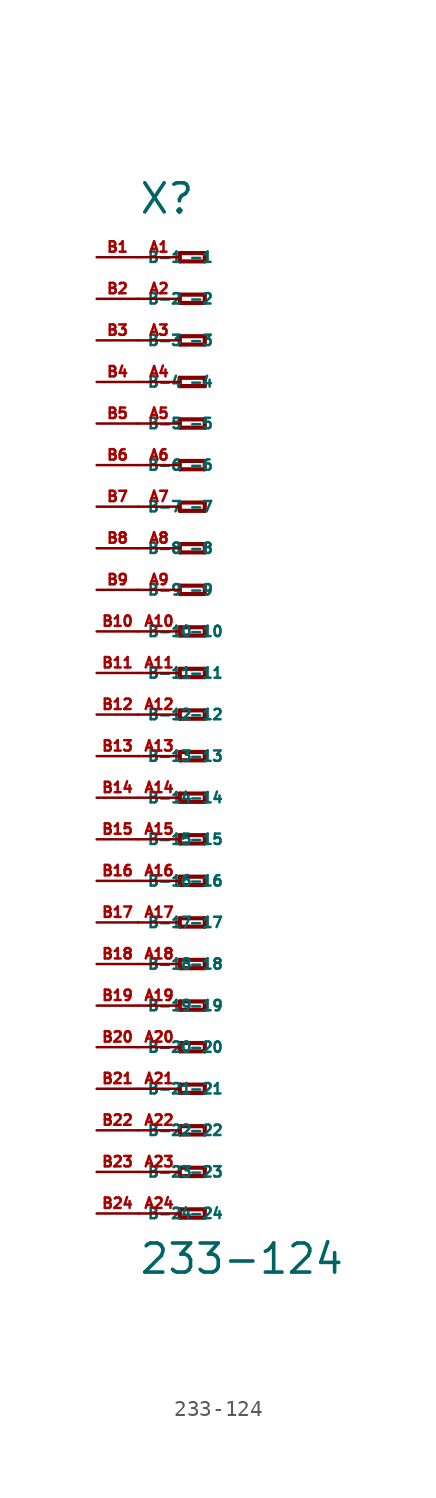
<source format=kicad_sym>
(kicad_symbol_lib
  (version 20220914)
  (generator Eagle2Kicad)
  (symbol "233-124"
    (property "Reference" "X"
      (at -5.08 30.48 0)
      (effects (font (size 1.778 1.778) (thickness 0.22)) (justify left bottom)))
    (property "Value" "233-124"
      (at -5.08 -34.29 0)
      (effects (font (size 1.778 1.778) (thickness 0.22)) (justify left bottom)))
    (polyline
      (pts (xy -2.54 28.194) (xy -2.54 27.686))
      (stroke (width 0.254) (type default))
      (fill (type none)))
    (polyline
      (pts (xy -2.54 27.686) (xy -1.016 27.686))
      (stroke (width 0.254) (type default))
      (fill (type none)))
    (polyline
      (pts (xy -1.016 27.686) (xy -1.016 28.194))
      (stroke (width 0.254) (type default))
      (fill (type none)))
    (polyline
      (pts (xy -1.016 28.194) (xy -2.54 28.194))
      (stroke (width 0.254) (type default))
      (fill (type none)))
    (polyline
      (pts (xy -2.54 25.654) (xy -2.54 25.146))
      (stroke (width 0.254) (type default))
      (fill (type none)))
    (polyline
      (pts (xy -2.54 25.146) (xy -1.016 25.146))
      (stroke (width 0.254) (type default))
      (fill (type none)))
    (polyline
      (pts (xy -1.016 25.146) (xy -1.016 25.654))
      (stroke (width 0.254) (type default))
      (fill (type none)))
    (polyline
      (pts (xy -1.016 25.654) (xy -2.54 25.654))
      (stroke (width 0.254) (type default))
      (fill (type none)))
    (polyline
      (pts (xy -2.54 23.114) (xy -2.54 22.606))
      (stroke (width 0.254) (type default))
      (fill (type none)))
    (polyline
      (pts (xy -2.54 22.606) (xy -1.016 22.606))
      (stroke (width 0.254) (type default))
      (fill (type none)))
    (polyline
      (pts (xy -1.016 22.606) (xy -1.016 23.114))
      (stroke (width 0.254) (type default))
      (fill (type none)))
    (polyline
      (pts (xy -1.016 23.114) (xy -2.54 23.114))
      (stroke (width 0.254) (type default))
      (fill (type none)))
    (polyline
      (pts (xy -2.54 20.574) (xy -2.54 20.066))
      (stroke (width 0.254) (type default))
      (fill (type none)))
    (polyline
      (pts (xy -2.54 20.066) (xy -1.016 20.066))
      (stroke (width 0.254) (type default))
      (fill (type none)))
    (polyline
      (pts (xy -1.016 20.066) (xy -1.016 20.574))
      (stroke (width 0.254) (type default))
      (fill (type none)))
    (polyline
      (pts (xy -1.016 20.574) (xy -2.54 20.574))
      (stroke (width 0.254) (type default))
      (fill (type none)))
    (polyline
      (pts (xy -2.54 18.034) (xy -2.54 17.526))
      (stroke (width 0.254) (type default))
      (fill (type none)))
    (polyline
      (pts (xy -2.54 17.526) (xy -1.016 17.526))
      (stroke (width 0.254) (type default))
      (fill (type none)))
    (polyline
      (pts (xy -1.016 17.526) (xy -1.016 18.034))
      (stroke (width 0.254) (type default))
      (fill (type none)))
    (polyline
      (pts (xy -1.016 18.034) (xy -2.54 18.034))
      (stroke (width 0.254) (type default))
      (fill (type none)))
    (polyline
      (pts (xy -2.54 15.494) (xy -2.54 14.986))
      (stroke (width 0.254) (type default))
      (fill (type none)))
    (polyline
      (pts (xy -2.54 14.986) (xy -1.016 14.986))
      (stroke (width 0.254) (type default))
      (fill (type none)))
    (polyline
      (pts (xy -1.016 14.986) (xy -1.016 15.494))
      (stroke (width 0.254) (type default))
      (fill (type none)))
    (polyline
      (pts (xy -1.016 15.494) (xy -2.54 15.494))
      (stroke (width 0.254) (type default))
      (fill (type none)))
    (polyline
      (pts (xy -2.54 12.954) (xy -2.54 12.446))
      (stroke (width 0.254) (type default))
      (fill (type none)))
    (polyline
      (pts (xy -2.54 12.446) (xy -1.016 12.446))
      (stroke (width 0.254) (type default))
      (fill (type none)))
    (polyline
      (pts (xy -1.016 12.446) (xy -1.016 12.954))
      (stroke (width 0.254) (type default))
      (fill (type none)))
    (polyline
      (pts (xy -1.016 12.954) (xy -2.54 12.954))
      (stroke (width 0.254) (type default))
      (fill (type none)))
    (polyline
      (pts (xy -2.54 10.414) (xy -2.54 9.906))
      (stroke (width 0.254) (type default))
      (fill (type none)))
    (polyline
      (pts (xy -2.54 9.906) (xy -1.016 9.906))
      (stroke (width 0.254) (type default))
      (fill (type none)))
    (polyline
      (pts (xy -1.016 9.906) (xy -1.016 10.414))
      (stroke (width 0.254) (type default))
      (fill (type none)))
    (polyline
      (pts (xy -1.016 10.414) (xy -2.54 10.414))
      (stroke (width 0.254) (type default))
      (fill (type none)))
    (polyline
      (pts (xy -2.54 7.874) (xy -2.54 7.366))
      (stroke (width 0.254) (type default))
      (fill (type none)))
    (polyline
      (pts (xy -2.54 7.366) (xy -1.016 7.366))
      (stroke (width 0.254) (type default))
      (fill (type none)))
    (polyline
      (pts (xy -1.016 7.366) (xy -1.016 7.874))
      (stroke (width 0.254) (type default))
      (fill (type none)))
    (polyline
      (pts (xy -1.016 7.874) (xy -2.54 7.874))
      (stroke (width 0.254) (type default))
      (fill (type none)))
    (polyline
      (pts (xy -2.54 5.334) (xy -2.54 4.826))
      (stroke (width 0.254) (type default))
      (fill (type none)))
    (polyline
      (pts (xy -2.54 4.826) (xy -1.016 4.826))
      (stroke (width 0.254) (type default))
      (fill (type none)))
    (polyline
      (pts (xy -1.016 4.826) (xy -1.016 5.334))
      (stroke (width 0.254) (type default))
      (fill (type none)))
    (polyline
      (pts (xy -1.016 5.334) (xy -2.54 5.334))
      (stroke (width 0.254) (type default))
      (fill (type none)))
    (polyline
      (pts (xy -2.54 2.794) (xy -2.54 2.286))
      (stroke (width 0.254) (type default))
      (fill (type none)))
    (polyline
      (pts (xy -2.54 2.286) (xy -1.016 2.286))
      (stroke (width 0.254) (type default))
      (fill (type none)))
    (polyline
      (pts (xy -1.016 2.286) (xy -1.016 2.794))
      (stroke (width 0.254) (type default))
      (fill (type none)))
    (polyline
      (pts (xy -1.016 2.794) (xy -2.54 2.794))
      (stroke (width 0.254) (type default))
      (fill (type none)))
    (polyline
      (pts (xy -2.54 0.254) (xy -2.54 -0.254))
      (stroke (width 0.254) (type default))
      (fill (type none)))
    (polyline
      (pts (xy -2.54 -0.254) (xy -1.016 -0.254))
      (stroke (width 0.254) (type default))
      (fill (type none)))
    (polyline
      (pts (xy -1.016 -0.254) (xy -1.016 0.254))
      (stroke (width 0.254) (type default))
      (fill (type none)))
    (polyline
      (pts (xy -1.016 0.254) (xy -2.54 0.254))
      (stroke (width 0.254) (type default))
      (fill (type none)))
    (polyline
      (pts (xy -2.54 -2.286) (xy -2.54 -2.794))
      (stroke (width 0.254) (type default))
      (fill (type none)))
    (polyline
      (pts (xy -2.54 -2.794) (xy -1.016 -2.794))
      (stroke (width 0.254) (type default))
      (fill (type none)))
    (polyline
      (pts (xy -1.016 -2.794) (xy -1.016 -2.286))
      (stroke (width 0.254) (type default))
      (fill (type none)))
    (polyline
      (pts (xy -1.016 -2.286) (xy -2.54 -2.286))
      (stroke (width 0.254) (type default))
      (fill (type none)))
    (polyline
      (pts (xy -2.54 -4.826) (xy -2.54 -5.334))
      (stroke (width 0.254) (type default))
      (fill (type none)))
    (polyline
      (pts (xy -2.54 -5.334) (xy -1.016 -5.334))
      (stroke (width 0.254) (type default))
      (fill (type none)))
    (polyline
      (pts (xy -1.016 -5.334) (xy -1.016 -4.826))
      (stroke (width 0.254) (type default))
      (fill (type none)))
    (polyline
      (pts (xy -1.016 -4.826) (xy -2.54 -4.826))
      (stroke (width 0.254) (type default))
      (fill (type none)))
    (polyline
      (pts (xy -2.54 -7.366) (xy -2.54 -7.874))
      (stroke (width 0.254) (type default))
      (fill (type none)))
    (polyline
      (pts (xy -2.54 -7.874) (xy -1.016 -7.874))
      (stroke (width 0.254) (type default))
      (fill (type none)))
    (polyline
      (pts (xy -1.016 -7.874) (xy -1.016 -7.366))
      (stroke (width 0.254) (type default))
      (fill (type none)))
    (polyline
      (pts (xy -1.016 -7.366) (xy -2.54 -7.366))
      (stroke (width 0.254) (type default))
      (fill (type none)))
    (polyline
      (pts (xy -2.54 -9.906) (xy -2.54 -10.414))
      (stroke (width 0.254) (type default))
      (fill (type none)))
    (polyline
      (pts (xy -2.54 -10.414) (xy -1.016 -10.414))
      (stroke (width 0.254) (type default))
      (fill (type none)))
    (polyline
      (pts (xy -1.016 -10.414) (xy -1.016 -9.906))
      (stroke (width 0.254) (type default))
      (fill (type none)))
    (polyline
      (pts (xy -1.016 -9.906) (xy -2.54 -9.906))
      (stroke (width 0.254) (type default))
      (fill (type none)))
    (polyline
      (pts (xy -2.54 -12.446) (xy -2.54 -12.954))
      (stroke (width 0.254) (type default))
      (fill (type none)))
    (polyline
      (pts (xy -2.54 -12.954) (xy -1.016 -12.954))
      (stroke (width 0.254) (type default))
      (fill (type none)))
    (polyline
      (pts (xy -1.016 -12.954) (xy -1.016 -12.446))
      (stroke (width 0.254) (type default))
      (fill (type none)))
    (polyline
      (pts (xy -1.016 -12.446) (xy -2.54 -12.446))
      (stroke (width 0.254) (type default))
      (fill (type none)))
    (polyline
      (pts (xy -2.54 -14.986) (xy -2.54 -15.494))
      (stroke (width 0.254) (type default))
      (fill (type none)))
    (polyline
      (pts (xy -2.54 -15.494) (xy -1.016 -15.494))
      (stroke (width 0.254) (type default))
      (fill (type none)))
    (polyline
      (pts (xy -1.016 -15.494) (xy -1.016 -14.986))
      (stroke (width 0.254) (type default))
      (fill (type none)))
    (polyline
      (pts (xy -1.016 -14.986) (xy -2.54 -14.986))
      (stroke (width 0.254) (type default))
      (fill (type none)))
    (polyline
      (pts (xy -2.54 -17.526) (xy -2.54 -18.034))
      (stroke (width 0.254) (type default))
      (fill (type none)))
    (polyline
      (pts (xy -2.54 -18.034) (xy -1.016 -18.034))
      (stroke (width 0.254) (type default))
      (fill (type none)))
    (polyline
      (pts (xy -1.016 -18.034) (xy -1.016 -17.526))
      (stroke (width 0.254) (type default))
      (fill (type none)))
    (polyline
      (pts (xy -1.016 -17.526) (xy -2.54 -17.526))
      (stroke (width 0.254) (type default))
      (fill (type none)))
    (polyline
      (pts (xy -2.54 -20.066) (xy -2.54 -20.574))
      (stroke (width 0.254) (type default))
      (fill (type none)))
    (polyline
      (pts (xy -2.54 -20.574) (xy -1.016 -20.574))
      (stroke (width 0.254) (type default))
      (fill (type none)))
    (polyline
      (pts (xy -1.016 -20.574) (xy -1.016 -20.066))
      (stroke (width 0.254) (type default))
      (fill (type none)))
    (polyline
      (pts (xy -1.016 -20.066) (xy -2.54 -20.066))
      (stroke (width 0.254) (type default))
      (fill (type none)))
    (polyline
      (pts (xy -2.54 -22.606) (xy -2.54 -23.114))
      (stroke (width 0.254) (type default))
      (fill (type none)))
    (polyline
      (pts (xy -2.54 -23.114) (xy -1.016 -23.114))
      (stroke (width 0.254) (type default))
      (fill (type none)))
    (polyline
      (pts (xy -1.016 -23.114) (xy -1.016 -22.606))
      (stroke (width 0.254) (type default))
      (fill (type none)))
    (polyline
      (pts (xy -1.016 -22.606) (xy -2.54 -22.606))
      (stroke (width 0.254) (type default))
      (fill (type none)))
    (polyline
      (pts (xy -2.54 -25.146) (xy -2.54 -25.654))
      (stroke (width 0.254) (type default))
      (fill (type none)))
    (polyline
      (pts (xy -2.54 -25.654) (xy -1.016 -25.654))
      (stroke (width 0.254) (type default))
      (fill (type none)))
    (polyline
      (pts (xy -1.016 -25.654) (xy -1.016 -25.146))
      (stroke (width 0.254) (type default))
      (fill (type none)))
    (polyline
      (pts (xy -1.016 -25.146) (xy -2.54 -25.146))
      (stroke (width 0.254) (type default))
      (fill (type none)))
    (polyline
      (pts (xy -2.54 -27.686) (xy -2.54 -28.194))
      (stroke (width 0.254) (type default))
      (fill (type none)))
    (polyline
      (pts (xy -2.54 -28.194) (xy -1.016 -28.194))
      (stroke (width 0.254) (type default))
      (fill (type none)))
    (polyline
      (pts (xy -1.016 -28.194) (xy -1.016 -27.686))
      (stroke (width 0.254) (type default))
      (fill (type none)))
    (polyline
      (pts (xy -1.016 -27.686) (xy -2.54 -27.686))
      (stroke (width 0.254) (type default))
      (fill (type none)))
    (polyline
      (pts (xy -2.54 -30.226) (xy -2.54 -30.734))
      (stroke (width 0.254) (type default))
      (fill (type none)))
    (polyline
      (pts (xy -2.54 -30.734) (xy -1.016 -30.734))
      (stroke (width 0.254) (type default))
      (fill (type none)))
    (polyline
      (pts (xy -1.016 -30.734) (xy -1.016 -30.226))
      (stroke (width 0.254) (type default))
      (fill (type none)))
    (polyline
      (pts (xy -1.016 -30.226) (xy -2.54 -30.226))
      (stroke (width 0.254) (type default))
      (fill (type none)))
    (pin passive line
      (at -5.08 27.94 0)
      (length 2.54)
      (name "-1" (effects (font (size 0.635 0.635) (thickness 0.08)) (justify left bottom)))
      (number "A1" (effects (font (size 0.635 0.635) (thickness 0.08)) (justify left bottom))))
    (pin passive line
      (at -5.08 25.4 0)
      (length 2.54)
      (name "-2" (effects (font (size 0.635 0.635) (thickness 0.08)) (justify left bottom)))
      (number "A2" (effects (font (size 0.635 0.635) (thickness 0.08)) (justify left bottom))))
    (pin passive line
      (at -5.08 22.86 0)
      (length 2.54)
      (name "-3" (effects (font (size 0.635 0.635) (thickness 0.08)) (justify left bottom)))
      (number "A3" (effects (font (size 0.635 0.635) (thickness 0.08)) (justify left bottom))))
    (pin passive line
      (at -5.08 20.32 0)
      (length 2.54)
      (name "-4" (effects (font (size 0.635 0.635) (thickness 0.08)) (justify left bottom)))
      (number "A4" (effects (font (size 0.635 0.635) (thickness 0.08)) (justify left bottom))))
    (pin passive line
      (at -5.08 17.78 0)
      (length 2.54)
      (name "-5" (effects (font (size 0.635 0.635) (thickness 0.08)) (justify left bottom)))
      (number "A5" (effects (font (size 0.635 0.635) (thickness 0.08)) (justify left bottom))))
    (pin passive line
      (at -5.08 15.24 0)
      (length 2.54)
      (name "-6" (effects (font (size 0.635 0.635) (thickness 0.08)) (justify left bottom)))
      (number "A6" (effects (font (size 0.635 0.635) (thickness 0.08)) (justify left bottom))))
    (pin passive line
      (at -5.08 12.7 0)
      (length 2.54)
      (name "-7" (effects (font (size 0.635 0.635) (thickness 0.08)) (justify left bottom)))
      (number "A7" (effects (font (size 0.635 0.635) (thickness 0.08)) (justify left bottom))))
    (pin passive line
      (at -5.08 10.16 0)
      (length 2.54)
      (name "-8" (effects (font (size 0.635 0.635) (thickness 0.08)) (justify left bottom)))
      (number "A8" (effects (font (size 0.635 0.635) (thickness 0.08)) (justify left bottom))))
    (pin passive line
      (at -5.08 7.62 0)
      (length 2.54)
      (name "-9" (effects (font (size 0.635 0.635) (thickness 0.08)) (justify left bottom)))
      (number "A9" (effects (font (size 0.635 0.635) (thickness 0.08)) (justify left bottom))))
    (pin passive line
      (at -5.08 5.08 0)
      (length 2.54)
      (name "-10" (effects (font (size 0.635 0.635) (thickness 0.08)) (justify left bottom)))
      (number "A10" (effects (font (size 0.635 0.635) (thickness 0.08)) (justify left bottom))))
    (pin passive line
      (at -5.08 2.54 0)
      (length 2.54)
      (name "-11" (effects (font (size 0.635 0.635) (thickness 0.08)) (justify left bottom)))
      (number "A11" (effects (font (size 0.635 0.635) (thickness 0.08)) (justify left bottom))))
    (pin passive line
      (at -5.08 0 0)
      (length 2.54)
      (name "-12" (effects (font (size 0.635 0.635) (thickness 0.08)) (justify left bottom)))
      (number "A12" (effects (font (size 0.635 0.635) (thickness 0.08)) (justify left bottom))))
    (pin passive line
      (at -5.08 -2.54 0)
      (length 2.54)
      (name "-13" (effects (font (size 0.635 0.635) (thickness 0.08)) (justify left bottom)))
      (number "A13" (effects (font (size 0.635 0.635) (thickness 0.08)) (justify left bottom))))
    (pin passive line
      (at -5.08 -5.08 0)
      (length 2.54)
      (name "-14" (effects (font (size 0.635 0.635) (thickness 0.08)) (justify left bottom)))
      (number "A14" (effects (font (size 0.635 0.635) (thickness 0.08)) (justify left bottom))))
    (pin passive line
      (at -5.08 -7.62 0)
      (length 2.54)
      (name "-15" (effects (font (size 0.635 0.635) (thickness 0.08)) (justify left bottom)))
      (number "A15" (effects (font (size 0.635 0.635) (thickness 0.08)) (justify left bottom))))
    (pin passive line
      (at -5.08 -10.16 0)
      (length 2.54)
      (name "-16" (effects (font (size 0.635 0.635) (thickness 0.08)) (justify left bottom)))
      (number "A16" (effects (font (size 0.635 0.635) (thickness 0.08)) (justify left bottom))))
    (pin passive line
      (at -5.08 -12.7 0)
      (length 2.54)
      (name "-17" (effects (font (size 0.635 0.635) (thickness 0.08)) (justify left bottom)))
      (number "A17" (effects (font (size 0.635 0.635) (thickness 0.08)) (justify left bottom))))
    (pin passive line
      (at -5.08 -15.24 0)
      (length 2.54)
      (name "-18" (effects (font (size 0.635 0.635) (thickness 0.08)) (justify left bottom)))
      (number "A18" (effects (font (size 0.635 0.635) (thickness 0.08)) (justify left bottom))))
    (pin passive line
      (at -5.08 -17.78 0)
      (length 2.54)
      (name "-19" (effects (font (size 0.635 0.635) (thickness 0.08)) (justify left bottom)))
      (number "A19" (effects (font (size 0.635 0.635) (thickness 0.08)) (justify left bottom))))
    (pin passive line
      (at -5.08 -20.32 0)
      (length 2.54)
      (name "-20" (effects (font (size 0.635 0.635) (thickness 0.08)) (justify left bottom)))
      (number "A20" (effects (font (size 0.635 0.635) (thickness 0.08)) (justify left bottom))))
    (pin passive line
      (at -5.08 -22.86 0)
      (length 2.54)
      (name "-21" (effects (font (size 0.635 0.635) (thickness 0.08)) (justify left bottom)))
      (number "A21" (effects (font (size 0.635 0.635) (thickness 0.08)) (justify left bottom))))
    (pin passive line
      (at -5.08 -25.4 0)
      (length 2.54)
      (name "-22" (effects (font (size 0.635 0.635) (thickness 0.08)) (justify left bottom)))
      (number "A22" (effects (font (size 0.635 0.635) (thickness 0.08)) (justify left bottom))))
    (pin passive line
      (at -5.08 -27.94 0)
      (length 2.54)
      (name "-23" (effects (font (size 0.635 0.635) (thickness 0.08)) (justify left bottom)))
      (number "A23" (effects (font (size 0.635 0.635) (thickness 0.08)) (justify left bottom))))
    (pin passive line
      (at -5.08 -30.48 0)
      (length 2.54)
      (name "-24" (effects (font (size 0.635 0.635) (thickness 0.08)) (justify left bottom)))
      (number "A24" (effects (font (size 0.635 0.635) (thickness 0.08)) (justify left bottom))))
    (pin passive line
      (at -7.62 -30.48 0)
      (length 2.54)
      (name "B-24" (effects (font (size 0.635 0.635) (thickness 0.08)) (justify left bottom)))
      (number "B24" (effects (font (size 0.635 0.635) (thickness 0.08)) (justify left bottom))))
    (pin passive line
      (at -7.62 27.94 0)
      (length 2.54)
      (name "B-1" (effects (font (size 0.635 0.635) (thickness 0.08)) (justify left bottom)))
      (number "B1" (effects (font (size 0.635 0.635) (thickness 0.08)) (justify left bottom))))
    (pin passive line
      (at -7.62 25.4 0)
      (length 2.54)
      (name "B-2" (effects (font (size 0.635 0.635) (thickness 0.08)) (justify left bottom)))
      (number "B2" (effects (font (size 0.635 0.635) (thickness 0.08)) (justify left bottom))))
    (pin passive line
      (at -7.62 22.86 0)
      (length 2.54)
      (name "B-3" (effects (font (size 0.635 0.635) (thickness 0.08)) (justify left bottom)))
      (number "B3" (effects (font (size 0.635 0.635) (thickness 0.08)) (justify left bottom))))
    (pin passive line
      (at -7.62 20.32 0)
      (length 2.54)
      (name "B-4" (effects (font (size 0.635 0.635) (thickness 0.08)) (justify left bottom)))
      (number "B4" (effects (font (size 0.635 0.635) (thickness 0.08)) (justify left bottom))))
    (pin passive line
      (at -7.62 17.78 0)
      (length 2.54)
      (name "B-5" (effects (font (size 0.635 0.635) (thickness 0.08)) (justify left bottom)))
      (number "B5" (effects (font (size 0.635 0.635) (thickness 0.08)) (justify left bottom))))
    (pin passive line
      (at -7.62 15.24 0)
      (length 2.54)
      (name "B-6" (effects (font (size 0.635 0.635) (thickness 0.08)) (justify left bottom)))
      (number "B6" (effects (font (size 0.635 0.635) (thickness 0.08)) (justify left bottom))))
    (pin passive line
      (at -7.62 12.7 0)
      (length 2.54)
      (name "B-7" (effects (font (size 0.635 0.635) (thickness 0.08)) (justify left bottom)))
      (number "B7" (effects (font (size 0.635 0.635) (thickness 0.08)) (justify left bottom))))
    (pin passive line
      (at -7.62 10.16 0)
      (length 2.54)
      (name "B-8" (effects (font (size 0.635 0.635) (thickness 0.08)) (justify left bottom)))
      (number "B8" (effects (font (size 0.635 0.635) (thickness 0.08)) (justify left bottom))))
    (pin passive line
      (at -7.62 7.62 0)
      (length 2.54)
      (name "B-9" (effects (font (size 0.635 0.635) (thickness 0.08)) (justify left bottom)))
      (number "B9" (effects (font (size 0.635 0.635) (thickness 0.08)) (justify left bottom))))
    (pin passive line
      (at -7.62 5.08 0)
      (length 2.54)
      (name "B-10" (effects (font (size 0.635 0.635) (thickness 0.08)) (justify left bottom)))
      (number "B10" (effects (font (size 0.635 0.635) (thickness 0.08)) (justify left bottom))))
    (pin passive line
      (at -7.62 2.54 0)
      (length 2.54)
      (name "B-11" (effects (font (size 0.635 0.635) (thickness 0.08)) (justify left bottom)))
      (number "B11" (effects (font (size 0.635 0.635) (thickness 0.08)) (justify left bottom))))
    (pin passive line
      (at -7.62 0 0)
      (length 2.54)
      (name "B-12" (effects (font (size 0.635 0.635) (thickness 0.08)) (justify left bottom)))
      (number "B12" (effects (font (size 0.635 0.635) (thickness 0.08)) (justify left bottom))))
    (pin passive line
      (at -7.62 -2.54 0)
      (length 2.54)
      (name "B-13" (effects (font (size 0.635 0.635) (thickness 0.08)) (justify left bottom)))
      (number "B13" (effects (font (size 0.635 0.635) (thickness 0.08)) (justify left bottom))))
    (pin passive line
      (at -7.62 -5.08 0)
      (length 2.54)
      (name "B-14" (effects (font (size 0.635 0.635) (thickness 0.08)) (justify left bottom)))
      (number "B14" (effects (font (size 0.635 0.635) (thickness 0.08)) (justify left bottom))))
    (pin passive line
      (at -7.62 -7.62 0)
      (length 2.54)
      (name "B-15" (effects (font (size 0.635 0.635) (thickness 0.08)) (justify left bottom)))
      (number "B15" (effects (font (size 0.635 0.635) (thickness 0.08)) (justify left bottom))))
    (pin passive line
      (at -7.62 -10.16 0)
      (length 2.54)
      (name "B-16" (effects (font (size 0.635 0.635) (thickness 0.08)) (justify left bottom)))
      (number "B16" (effects (font (size 0.635 0.635) (thickness 0.08)) (justify left bottom))))
    (pin passive line
      (at -7.62 -12.7 0)
      (length 2.54)
      (name "B-17" (effects (font (size 0.635 0.635) (thickness 0.08)) (justify left bottom)))
      (number "B17" (effects (font (size 0.635 0.635) (thickness 0.08)) (justify left bottom))))
    (pin passive line
      (at -7.62 -15.24 0)
      (length 2.54)
      (name "B-18" (effects (font (size 0.635 0.635) (thickness 0.08)) (justify left bottom)))
      (number "B18" (effects (font (size 0.635 0.635) (thickness 0.08)) (justify left bottom))))
    (pin passive line
      (at -7.62 -17.78 0)
      (length 2.54)
      (name "B-19" (effects (font (size 0.635 0.635) (thickness 0.08)) (justify left bottom)))
      (number "B19" (effects (font (size 0.635 0.635) (thickness 0.08)) (justify left bottom))))
    (pin passive line
      (at -7.62 -20.32 0)
      (length 2.54)
      (name "B-20" (effects (font (size 0.635 0.635) (thickness 0.08)) (justify left bottom)))
      (number "B20" (effects (font (size 0.635 0.635) (thickness 0.08)) (justify left bottom))))
    (pin passive line
      (at -7.62 -22.86 0)
      (length 2.54)
      (name "B-21" (effects (font (size 0.635 0.635) (thickness 0.08)) (justify left bottom)))
      (number "B21" (effects (font (size 0.635 0.635) (thickness 0.08)) (justify left bottom))))
    (pin passive line
      (at -7.62 -25.4 0)
      (length 2.54)
      (name "B-22" (effects (font (size 0.635 0.635) (thickness 0.08)) (justify left bottom)))
      (number "B22" (effects (font (size 0.635 0.635) (thickness 0.08)) (justify left bottom))))
    (pin passive line
      (at -7.62 -27.94 0)
      (length 2.54)
      (name "B-23" (effects (font (size 0.635 0.635) (thickness 0.08)) (justify left bottom)))
      (number "B23" (effects (font (size 0.635 0.635) (thickness 0.08)) (justify left bottom))))))
</source>
